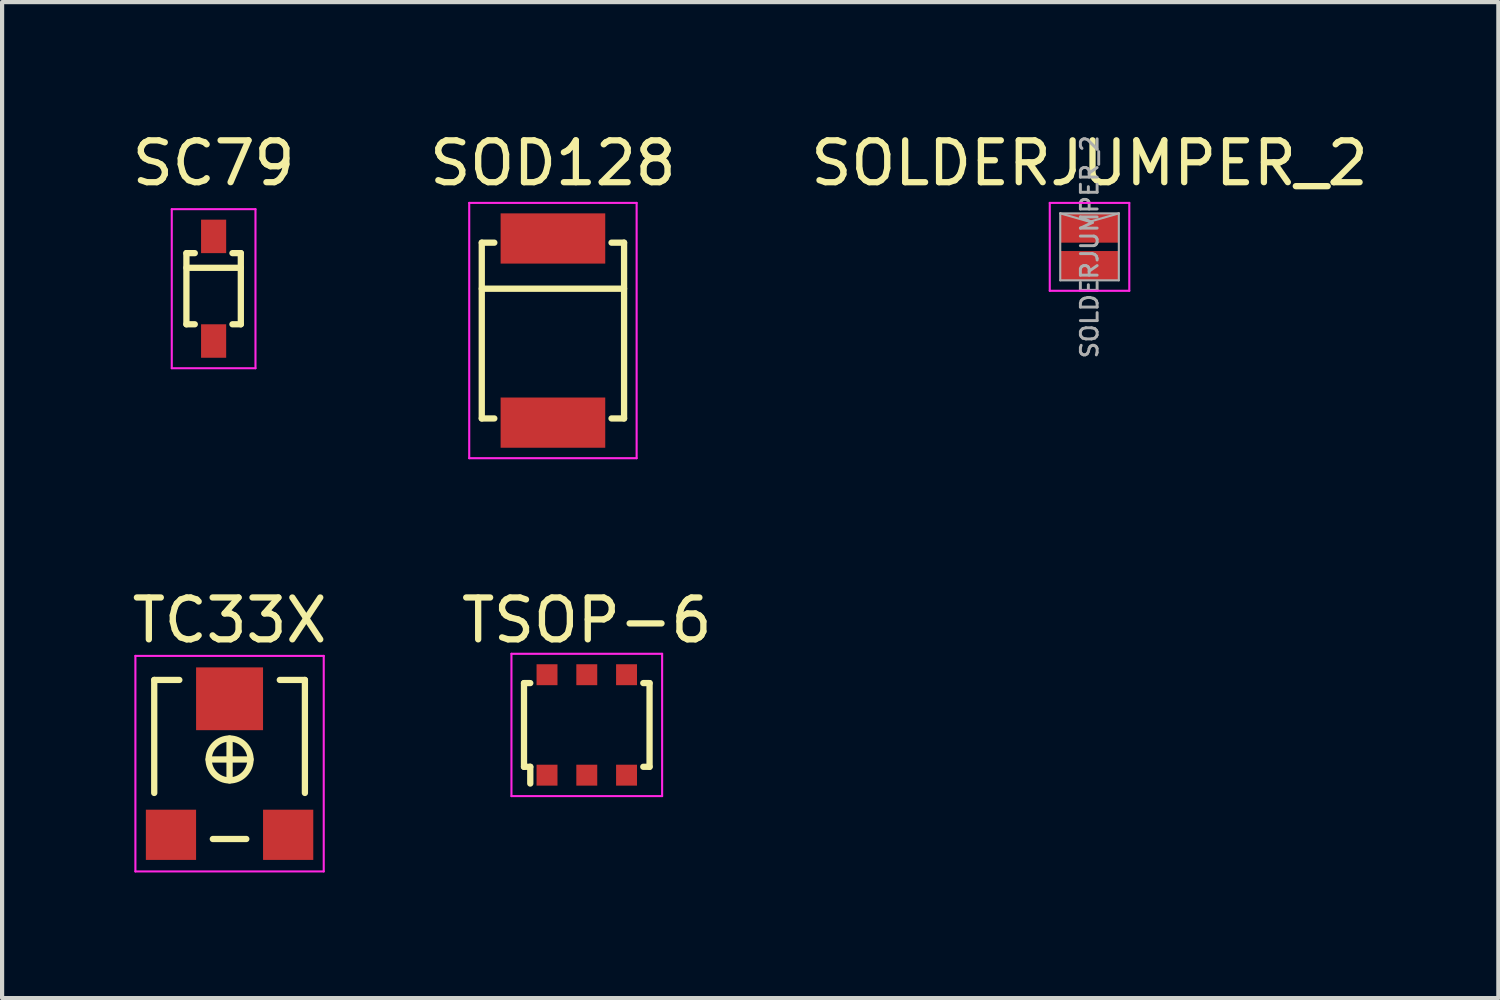
<source format=kicad_pcb>
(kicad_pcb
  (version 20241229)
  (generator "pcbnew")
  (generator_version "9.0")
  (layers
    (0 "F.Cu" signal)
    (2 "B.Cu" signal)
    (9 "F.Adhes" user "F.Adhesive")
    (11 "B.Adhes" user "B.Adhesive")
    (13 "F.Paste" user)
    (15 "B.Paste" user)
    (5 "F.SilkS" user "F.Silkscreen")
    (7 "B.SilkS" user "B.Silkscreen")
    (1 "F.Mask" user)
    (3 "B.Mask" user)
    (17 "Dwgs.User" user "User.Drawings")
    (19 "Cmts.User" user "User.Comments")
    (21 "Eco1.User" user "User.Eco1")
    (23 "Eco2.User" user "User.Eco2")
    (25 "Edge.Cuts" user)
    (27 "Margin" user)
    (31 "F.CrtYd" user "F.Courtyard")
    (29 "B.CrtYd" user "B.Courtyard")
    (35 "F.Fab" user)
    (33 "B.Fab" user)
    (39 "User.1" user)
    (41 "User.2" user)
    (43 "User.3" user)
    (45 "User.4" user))
  (footprint "TC33X"
    (layer "F.Cu")
    (at 2.435 15.271)
    (property "Reference" "TC33X" (at 0 -3.5 0) (layer "F.SilkS") (effects (font (size 1 1) (thickness 0.15))))
    (attr smd)
    (fp_line (start -1.8 -2.075) (end -1.8 0.625) (stroke (width 0.15) (type solid)) (layer "F.SilkS"))
    (fp_line (start -1.8 -2.075) (end -1.2 -2.075) (stroke (width 0.15) (type solid)) (layer "F.SilkS"))
    (fp_line (start -0.5 -0.175) (end 0.5 -0.175) (stroke (width 0.15) (type solid)) (layer "F.SilkS"))
    (fp_line (start -0.4 1.725) (end 0.4 1.725) (stroke (width 0.15) (type solid)) (layer "F.SilkS"))
    (fp_line (start 0 -0.675) (end 0 0.325) (stroke (width 0.15) (type solid)) (layer "F.SilkS"))
    (fp_line (start 1.2 -2.075) (end 1.8 -2.075) (stroke (width 0.15) (type solid)) (layer "F.SilkS"))
    (fp_line (start 1.8 -2.075) (end 1.8 0.625) (stroke (width 0.15) (type solid)) (layer "F.SilkS"))
    (fp_circle (center 0 -0.175) (end 0.5 -0.175) (stroke (width 0.15) (type solid)) (fill no) (layer "F.SilkS"))
    (fp_line (start -2.25 -2.65) (end 2.25 -2.65) (stroke (width 0.05) (type solid)) (layer "F.CrtYd"))
    (fp_line (start -2.25 2.5) (end -2.25 -2.65) (stroke (width 0.05) (type solid)) (layer "F.CrtYd"))
    (fp_line (start 2.25 -2.65) (end 2.25 2.5) (stroke (width 0.05) (type solid)) (layer "F.CrtYd"))
    (fp_line (start 2.25 2.5) (end -2.25 2.5) (stroke (width 0.05) (type solid)) (layer "F.CrtYd"))
    (pad "1" smd rect (at -1.4 1.625) (size 1.2 1.2) (layers "F.Cu" "F.Mask" "F.Paste"))
    (pad "2" smd rect (at 0 -1.625) (size 1.6 1.5) (layers "F.Cu" "F.Mask" "F.Paste"))
    (pad "3" smd rect (at 1.4 1.625) (size 1.2 1.2) (layers "F.Cu" "F.Mask" "F.Paste")))
  (footprint "SC79"
    (layer "F.Cu")
    (at 2.054 3.848)
    (property "Reference" "SC79" (at 0 -3 0) (layer "F.SilkS") (effects (font (size 1 1) (thickness 0.15))))
    (attr smd)
    (fp_line (start -0.65 -0.85) (end -0.45 -0.85) (stroke (width 0.15) (type solid)) (layer "F.SilkS"))
    (fp_line (start -0.65 -0.5) (end 0.65 -0.5) (stroke (width 0.15) (type solid)) (layer "F.SilkS"))
    (fp_line (start -0.65 0.85) (end -0.65 -0.85) (stroke (width 0.15) (type solid)) (layer "F.SilkS"))
    (fp_line (start -0.65 0.85) (end -0.45 0.85) (stroke (width 0.15) (type solid)) (layer "F.SilkS"))
    (fp_line (start 0.65 -0.85) (end 0.45 -0.85) (stroke (width 0.15) (type solid)) (layer "F.SilkS"))
    (fp_line (start 0.65 -0.85) (end 0.65 0.85) (stroke (width 0.15) (type solid)) (layer "F.SilkS"))
    (fp_line (start 0.65 0.85) (end 0.45 0.85) (stroke (width 0.15) (type solid)) (layer "F.SilkS"))
    (fp_line (start -1 -1.9) (end -1 1.9) (stroke (width 0.05) (type solid)) (layer "F.CrtYd"))
    (fp_line (start -1 1.9) (end 1 1.9) (stroke (width 0.05) (type solid)) (layer "F.CrtYd"))
    (fp_line (start 1 -1.9) (end -1 -1.9) (stroke (width 0.05) (type solid)) (layer "F.CrtYd"))
    (fp_line (start 1 1.9) (end 1 -1.9) (stroke (width 0.05) (type solid)) (layer "F.CrtYd"))
    (pad "1" smd rect (at 0 -1.25) (size 0.6 0.8) (layers "F.Cu" "F.Mask" "F.Paste"))
    (pad "2" smd rect (at 0 1.25) (size 0.6 0.8) (layers "F.Cu" "F.Mask" "F.Paste")))
  (footprint "TSOP-6"
    (layer "F.Cu")
    (at 10.97 14.271)
    (property "Reference" "TSOP-6" (at 0 -2.5 0) (layer "F.SilkS") (effects (font (size 1 1) (thickness 0.15))))
    (attr smd)
    (fp_line (start -1.5 -1) (end -1.5 1) (stroke (width 0.15) (type solid)) (layer "F.SilkS"))
    (fp_line (start -1.5 -1) (end -1.35 -1) (stroke (width 0.15) (type solid)) (layer "F.SilkS"))
    (fp_line (start -1.5 1) (end -1.35 1) (stroke (width 0.15) (type solid)) (layer "F.SilkS"))
    (fp_line (start -1.35 1) (end -1.35 1.4) (stroke (width 0.15) (type solid)) (layer "F.SilkS"))
    (fp_line (start 1.5 -1) (end 1.35 -1) (stroke (width 0.15) (type solid)) (layer "F.SilkS"))
    (fp_line (start 1.5 -1) (end 1.5 1) (stroke (width 0.15) (type solid)) (layer "F.SilkS"))
    (fp_line (start 1.5 1) (end 1.35 1) (stroke (width 0.15) (type solid)) (layer "F.SilkS"))
    (fp_line (start -1.8 -1.7) (end -1.8 1.7) (stroke (width 0.05) (type solid)) (layer "F.CrtYd"))
    (fp_line (start -1.8 1.7) (end 1.8 1.7) (stroke (width 0.05) (type solid)) (layer "F.CrtYd"))
    (fp_line (start 1.8 -1.7) (end -1.8 -1.7) (stroke (width 0.05) (type solid)) (layer "F.CrtYd"))
    (fp_line (start 1.8 1.7) (end 1.8 -1.7) (stroke (width 0.05) (type solid)) (layer "F.CrtYd"))
    (pad "1" smd rect (at -0.95 1.2) (size 0.5 0.5) (layers "F.Cu" "F.Mask" "F.Paste"))
    (pad "2" smd rect (at 0 1.2) (size 0.5 0.5) (layers "F.Cu" "F.Mask" "F.Paste"))
    (pad "3" smd rect (at 0.95 1.2) (size 0.5 0.5) (layers "F.Cu" "F.Mask" "F.Paste"))
    (pad "4" smd rect (at 0.95 -1.2) (size 0.5 0.5) (layers "F.Cu" "F.Mask" "F.Paste"))
    (pad "5" smd rect (at 0 -1.2) (size 0.5 0.5) (layers "F.Cu" "F.Mask" "F.Paste"))
    (pad "6" smd rect (at -0.95 -1.2) (size 0.5 0.5) (layers "F.Cu" "F.Mask" "F.Paste")))
  (footprint "SOD128"
    (layer "F.Cu")
    (at 10.161 4.848)
    (property "Reference" "SOD128" (at 0 -4 0) (layer "F.SilkS") (effects (font (size 1 1) (thickness 0.15))))
    (attr smd)
    (fp_line (start -1.7 -2.1) (end -1.4 -2.1) (stroke (width 0.15) (type solid)) (layer "F.SilkS"))
    (fp_line (start -1.7 -1) (end 1.7 -1) (stroke (width 0.15) (type solid)) (layer "F.SilkS"))
    (fp_line (start -1.7 2.1) (end -1.7 -2.1) (stroke (width 0.15) (type solid)) (layer "F.SilkS"))
    (fp_line (start -1.7 2.1) (end -1.4 2.1) (stroke (width 0.15) (type solid)) (layer "F.SilkS"))
    (fp_line (start 1.4 2.1) (end 1.7 2.1) (stroke (width 0.15) (type solid)) (layer "F.SilkS"))
    (fp_line (start 1.7 -2.1) (end 1.4 -2.1) (stroke (width 0.15) (type solid)) (layer "F.SilkS"))
    (fp_line (start 1.7 -2.1) (end 1.7 2.1) (stroke (width 0.15) (type solid)) (layer "F.SilkS"))
    (fp_line (start -2 -3.05) (end -2 3.05) (stroke (width 0.05) (type solid)) (layer "F.CrtYd"))
    (fp_line (start -2 3.05) (end 2 3.05) (stroke (width 0.05) (type solid)) (layer "F.CrtYd"))
    (fp_line (start 2 -3.05) (end -2 -3.05) (stroke (width 0.05) (type solid)) (layer "F.CrtYd"))
    (fp_line (start 2 3.05) (end 2 -3.05) (stroke (width 0.05) (type solid)) (layer "F.CrtYd"))
    (pad "1" smd rect (at 0 -2.2) (size 2.5 1.2) (layers "F.Cu" "F.Mask" "F.Paste"))
    (pad "2" smd rect (at 0 2.2) (size 2.5 1.2) (layers "F.Cu" "F.Mask" "F.Paste")))
  (footprint "SOLDERJUMPER_2"
    (layer "F.Cu")
    (at 22.982 2.848)
    (property "Reference" "SOLDERJUMPER_2" (at 0 0 90) (layer "F.Fab") (effects (font (size 0.4 0.4) (thickness 0.07))))
    (attr through_hole)
    (fp_line (start -0.675 -0.075) (end -0.675 0.075) (stroke (width 0.05) (type solid)) (layer "F.Mask"))
    (fp_line (start -0.675 0.025) (end 0.675 0.025) (stroke (width 0.05) (type solid)) (layer "F.Mask"))
    (fp_line (start -0.675 0.075) (end 0.675 0.075) (stroke (width 0.05) (type solid)) (layer "F.Mask"))
    (fp_line (start 0.675 -0.075) (end -0.675 -0.075) (stroke (width 0.05) (type solid)) (layer "F.Mask"))
    (fp_line (start 0.675 -0.025) (end -0.675 -0.025) (stroke (width 0.05) (type solid)) (layer "F.Mask"))
    (fp_line (start 0.675 0.075) (end 0.675 -0.075) (stroke (width 0.05) (type solid)) (layer "F.Mask"))
    (fp_line (start -0.95 -1.05) (end -0.95 1.05) (stroke (width 0.05) (type solid)) (layer "F.CrtYd"))
    (fp_line (start -0.95 1.05) (end 0.95 1.05) (stroke (width 0.05) (type solid)) (layer "F.CrtYd"))
    (fp_line (start 0.95 -1.05) (end -0.95 -1.05) (stroke (width 0.05) (type solid)) (layer "F.CrtYd"))
    (fp_line (start 0.95 1.05) (end 0.95 -1.05) (stroke (width 0.05) (type solid)) (layer "F.CrtYd"))
    (fp_line (start -0.7 -0.8) (end 0 -0.6) (stroke (width 0.05) (type solid)) (layer "F.Fab"))
    (fp_line (start -0.7 -0.8) (end 0.7 -0.8) (stroke (width 0.05) (type solid)) (layer "F.Fab"))
    (fp_line (start -0.7 0.8) (end -0.7 -0.8) (stroke (width 0.05) (type solid)) (layer "F.Fab"))
    (fp_line (start 0 -0.6) (end 0.7 -0.8) (stroke (width 0.05) (type solid)) (layer "F.Fab"))
    (fp_line (start 0.7 -0.8) (end 0.7 0.8) (stroke (width 0.05) (type solid)) (layer "F.Fab"))
    (fp_line (start 0.7 0.8) (end -0.7 0.8) (stroke (width 0.05) (type solid)) (layer "F.Fab"))
    (fp_text user "${REFERENCE}" (at 0 -2 0) (layer "F.SilkS") (effects (font (size 1 1) (thickness 0.15))))
    (pad "1" smd rect (at 0 -0.45) (size 1.4 0.7) (layers "F.Cu" "F.Mask"))
    (pad "2" smd rect (at 0 0.45) (size 1.4 0.7) (layers "F.Cu" "F.Mask")))
  (gr_rect
    (start -3 -3)
    (end 32.75 20.797)
    (stroke (width 0.1) (type default))
    (fill no)
    (layer "Edge.Cuts")))
</source>
